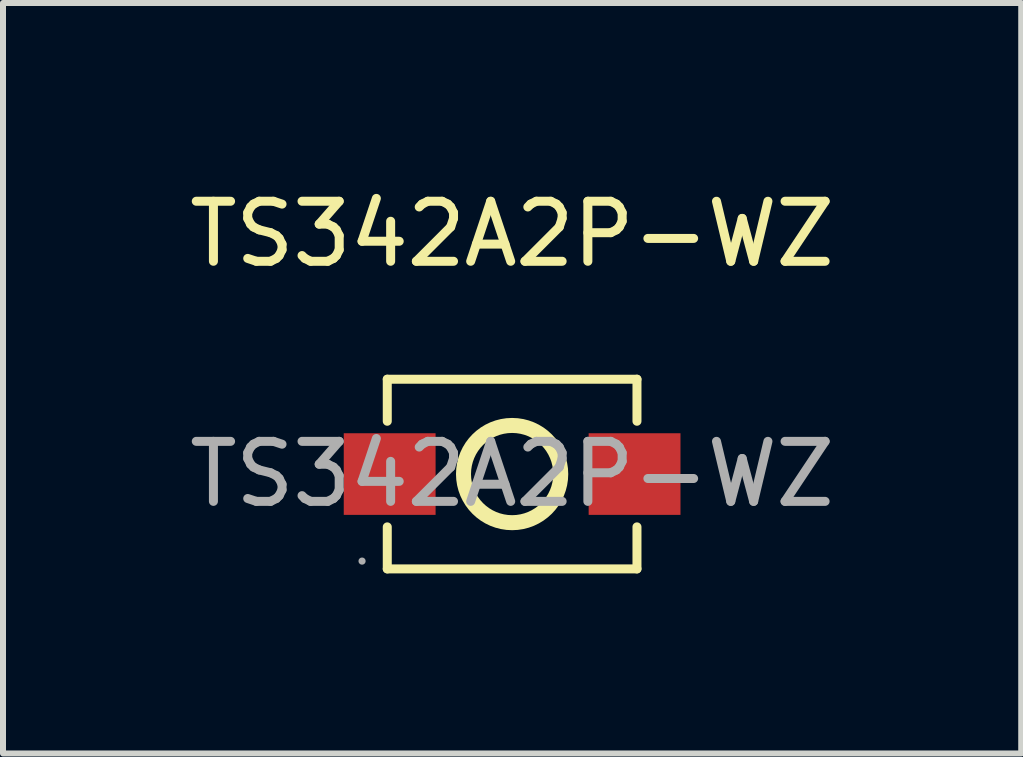
<source format=kicad_pcb>
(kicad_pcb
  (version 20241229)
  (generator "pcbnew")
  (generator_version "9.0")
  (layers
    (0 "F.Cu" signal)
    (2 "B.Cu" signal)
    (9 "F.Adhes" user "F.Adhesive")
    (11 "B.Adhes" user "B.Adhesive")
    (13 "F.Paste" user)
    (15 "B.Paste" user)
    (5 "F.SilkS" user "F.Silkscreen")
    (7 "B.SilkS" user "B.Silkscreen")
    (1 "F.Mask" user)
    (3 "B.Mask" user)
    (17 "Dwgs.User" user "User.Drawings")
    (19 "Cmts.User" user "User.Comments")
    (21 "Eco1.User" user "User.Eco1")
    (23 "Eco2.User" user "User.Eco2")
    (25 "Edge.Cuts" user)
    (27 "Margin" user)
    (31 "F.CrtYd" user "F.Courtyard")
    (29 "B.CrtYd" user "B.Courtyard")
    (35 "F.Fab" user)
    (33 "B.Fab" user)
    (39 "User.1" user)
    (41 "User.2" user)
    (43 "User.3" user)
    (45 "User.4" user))
  (footprint "TS342A2P-WZ"
    (layer "F.Cu")
    (at 5.482 4.848)
    (property "Reference" "TS342A2P-WZ" (at 0 -4 0) (layer "F.SilkS") (effects (font (size 1 1) (thickness 0.15))))
    (attr smd)
    (fp_line (start -2.08 -1.58) (end -2.08 -0.88) (stroke (width 0.15) (type solid)) (layer "F.SilkS"))
    (fp_line (start -2.08 1.58) (end -2.08 0.88) (stroke (width 0.15) (type solid)) (layer "F.SilkS"))
    (fp_line (start 2.08 -1.58) (end -2.08 -1.58) (stroke (width 0.15) (type solid)) (layer "F.SilkS"))
    (fp_line (start 2.08 -1.58) (end 2.08 -0.88) (stroke (width 0.15) (type solid)) (layer "F.SilkS"))
    (fp_line (start 2.08 1.58) (end -2.08 1.58) (stroke (width 0.15) (type solid)) (layer "F.SilkS"))
    (fp_line (start 2.08 1.58) (end 2.08 0.88) (stroke (width 0.15) (type solid)) (layer "F.SilkS"))
    (fp_circle (center 0 0) (end 0.81 0) (stroke (width 0.25) (type solid)) (fill no) (layer "F.SilkS"))
    (fp_circle (center -2.5 1.45) (end -2.47 1.45) (stroke (width 0.06) (type solid)) (fill no) (layer "F.Fab"))
    (fp_text user "${REFERENCE}" (at 0 0 0) (layer "F.Fab") (effects (font (size 1 1) (thickness 0.15))))
    (pad "1" smd rect (at -2.04 0) (size 1.53 1.36) (layers "F.Cu" "F.Mask" "F.Paste"))
    (pad "2" smd rect (at 2.04 0) (size 1.53 1.36) (layers "F.Cu" "F.Mask" "F.Paste")))
  (gr_rect
    (start -3 -3)
    (end 13.964 9.503)
    (stroke (width 0.1) (type default))
    (fill no)
    (layer "Edge.Cuts")))
</source>
